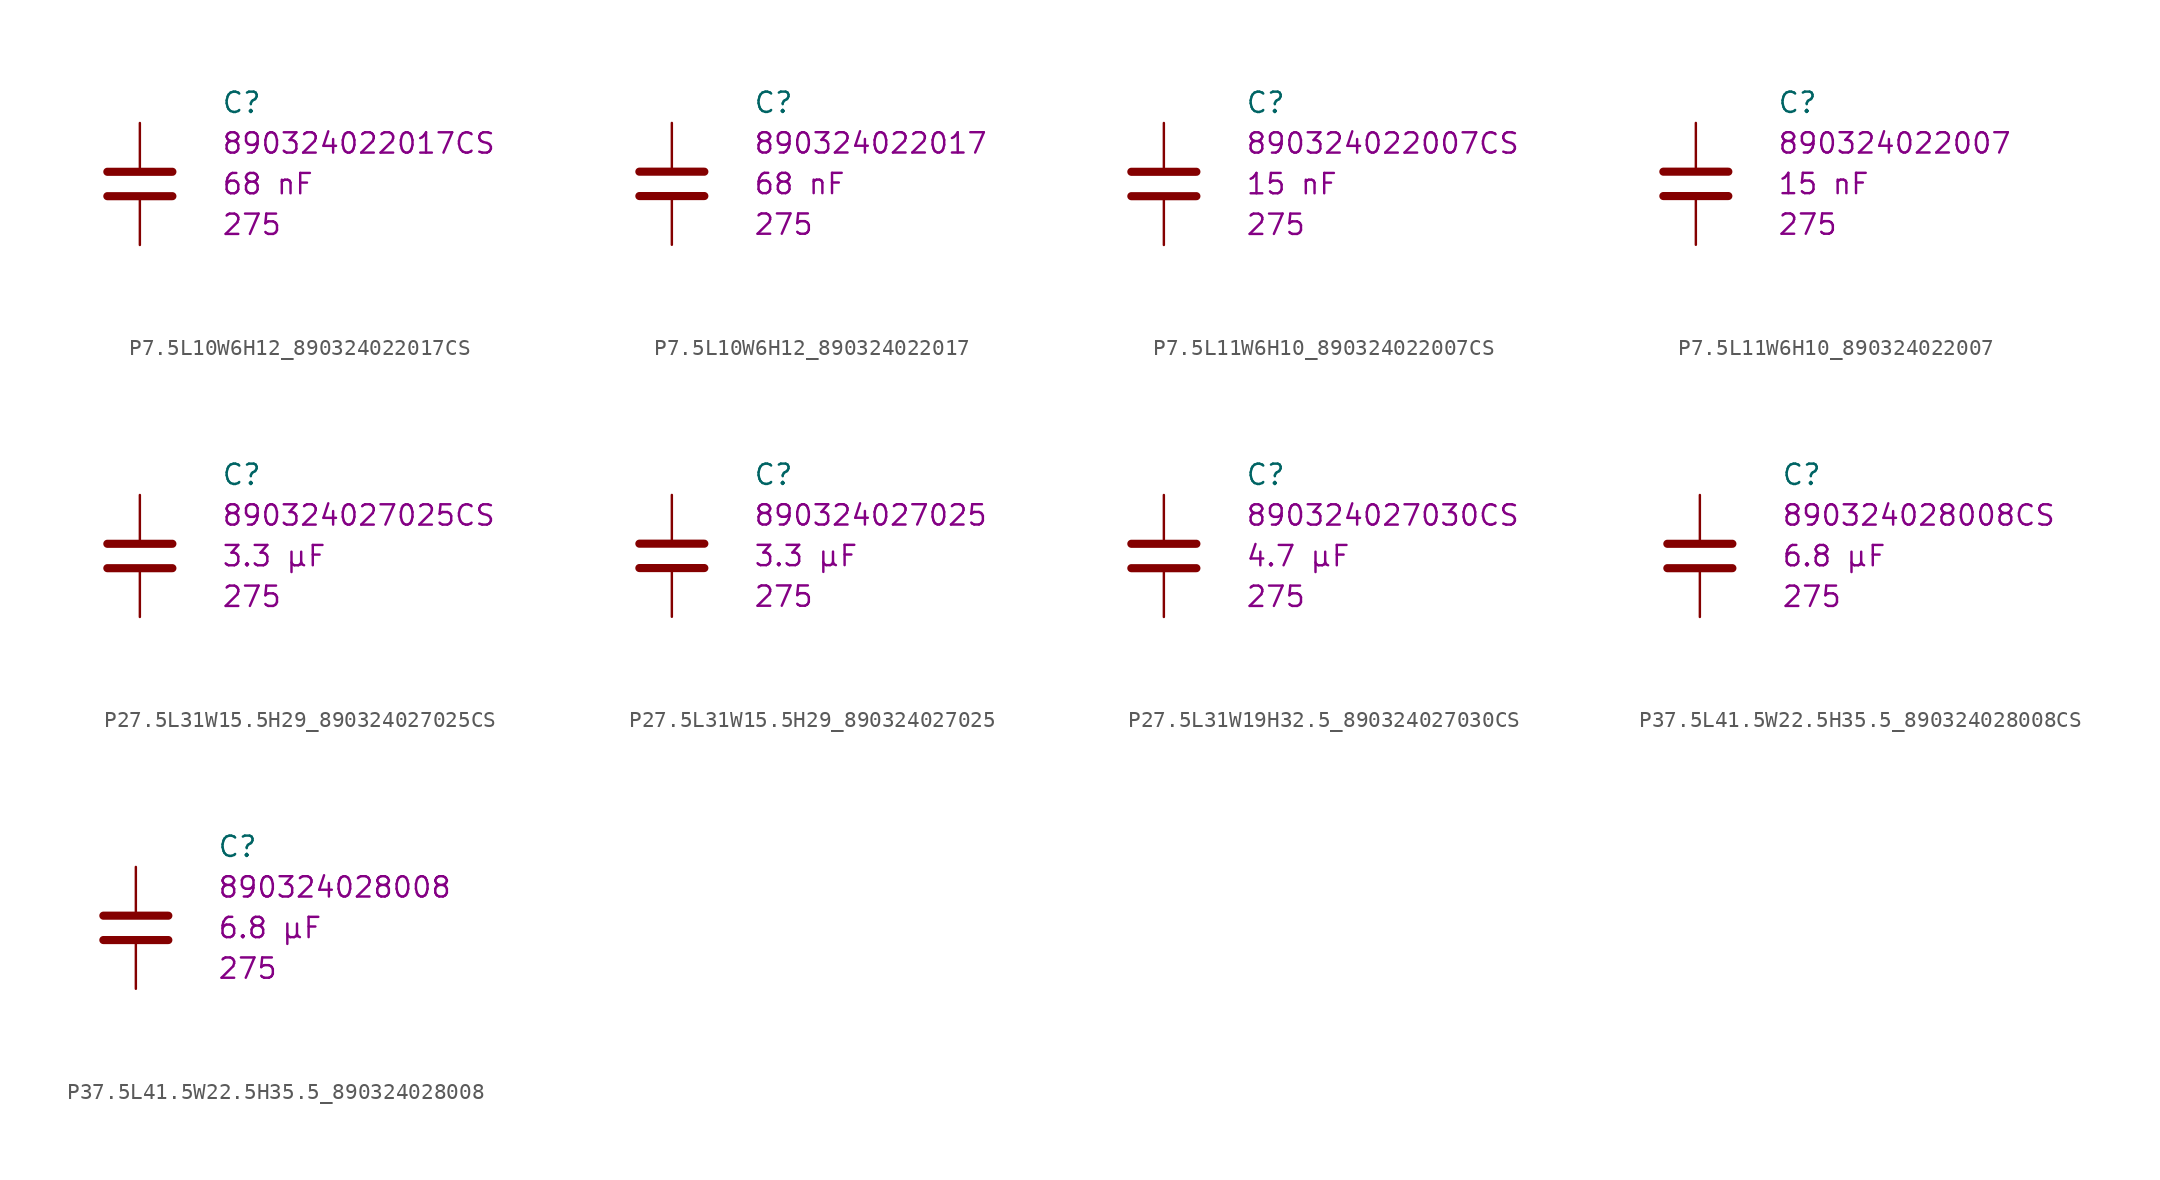
<source format=kicad_sym>
(kicad_symbol_lib
  (version 20220914)
  (generator kicad_symbol_editor)
  (symbol "P7.5L10W6H12_890324022017CS"
    (pin_numbers hide)
    (pin_names hide)
    (property "Reference" "C"
      (at 5.08 5.08 0)
      (effects (font (size 1.27 1.27)) (justify left)))
    (property "Part Number" "890324022017CS"
      (at 5.08 2.54 0)
      (effects (font (size 1.27 1.27)) (justify left)))
    (property "Capacitance" "68 nF"
      (at 5.08 0 0)
      (effects (font (size 1.27 1.27)) (justify left)))
    (property "Voltage" "275"
      (at 5.08 -2.54 0)
      (effects (font (size 1.27 1.27)) (justify left)))
    (property "Critical Parameter" ""
      (at 0 -7.62 0)
      (effects (font (size 1.27 1.27))))
    (symbol "P7.5L10W6H12_890324022017CS_0_1"
      (polyline (pts (xy -2.032 -0.762) (xy 2.032 -0.762)) (stroke (width 0.508) (type default)) (fill (type none)))
      (polyline (pts (xy -2.032 0.762) (xy 2.032 0.762)) (stroke (width 0.508) (type default)) (fill (type none))))
    (symbol "P7.5L10W6H12_890324022017CS_1_1"
      (pin passive line (at 0 3.81 270) (length 2.794) (name "1" (effects (font (size 1.27 1.27)))) (number "1" (effects (font (size 1.27 1.27)))))
      (pin passive line (at 0 -3.81 90) (length 2.794) (name "2" (effects (font (size 1.27 1.27)))) (number "2" (effects (font (size 1.27 1.27)))))))
  (symbol "P7.5L10W6H12_890324022017"
    (pin_numbers hide)
    (pin_names hide)
    (property "Reference" "C"
      (at 5.08 5.08 0)
      (effects (font (size 1.27 1.27)) (justify left)))
    (property "Part Number" "890324022017"
      (at 5.08 2.54 0)
      (effects (font (size 1.27 1.27)) (justify left)))
    (property "Capacitance" "68 nF"
      (at 5.08 0 0)
      (effects (font (size 1.27 1.27)) (justify left)))
    (property "Voltage" "275"
      (at 5.08 -2.54 0)
      (effects (font (size 1.27 1.27)) (justify left)))
    (property "Critical Parameter" ""
      (at 0 -7.62 0)
      (effects (font (size 1.27 1.27))))
    (symbol "P7.5L10W6H12_890324022017_0_1"
      (polyline (pts (xy -2.032 -0.762) (xy 2.032 -0.762)) (stroke (width 0.508) (type default)) (fill (type none)))
      (polyline (pts (xy -2.032 0.762) (xy 2.032 0.762)) (stroke (width 0.508) (type default)) (fill (type none))))
    (symbol "P7.5L10W6H12_890324022017_1_1"
      (pin passive line (at 0 3.81 270) (length 2.794) (name "1" (effects (font (size 1.27 1.27)))) (number "1" (effects (font (size 1.27 1.27)))))
      (pin passive line (at 0 -3.81 90) (length 2.794) (name "2" (effects (font (size 1.27 1.27)))) (number "2" (effects (font (size 1.27 1.27)))))))
  (symbol "P7.5L11W6H10_890324022007CS"
    (pin_numbers hide)
    (pin_names hide)
    (property "Reference" "C"
      (at 5.08 5.08 0)
      (effects (font (size 1.27 1.27)) (justify left)))
    (property "Part Number" "890324022007CS"
      (at 5.08 2.54 0)
      (effects (font (size 1.27 1.27)) (justify left)))
    (property "Capacitance" "15 nF"
      (at 5.08 0 0)
      (effects (font (size 1.27 1.27)) (justify left)))
    (property "Voltage" "275"
      (at 5.08 -2.54 0)
      (effects (font (size 1.27 1.27)) (justify left)))
    (property "Critical Parameter" ""
      (at 0 -7.62 0)
      (effects (font (size 1.27 1.27))))
    (symbol "P7.5L11W6H10_890324022007CS_0_1"
      (polyline (pts (xy -2.032 -0.762) (xy 2.032 -0.762)) (stroke (width 0.508) (type default)) (fill (type none)))
      (polyline (pts (xy -2.032 0.762) (xy 2.032 0.762)) (stroke (width 0.508) (type default)) (fill (type none))))
    (symbol "P7.5L11W6H10_890324022007CS_1_1"
      (pin passive line (at 0 3.81 270) (length 2.794) (name "1" (effects (font (size 1.27 1.27)))) (number "1" (effects (font (size 1.27 1.27)))))
      (pin passive line (at 0 -3.81 90) (length 2.794) (name "2" (effects (font (size 1.27 1.27)))) (number "2" (effects (font (size 1.27 1.27)))))))
  (symbol "P7.5L11W6H10_890324022007"
    (pin_numbers hide)
    (pin_names hide)
    (property "Reference" "C"
      (at 5.08 5.08 0)
      (effects (font (size 1.27 1.27)) (justify left)))
    (property "Part Number" "890324022007"
      (at 5.08 2.54 0)
      (effects (font (size 1.27 1.27)) (justify left)))
    (property "Capacitance" "15 nF"
      (at 5.08 0 0)
      (effects (font (size 1.27 1.27)) (justify left)))
    (property "Voltage" "275"
      (at 5.08 -2.54 0)
      (effects (font (size 1.27 1.27)) (justify left)))
    (property "Critical Parameter" ""
      (at 0 -7.62 0)
      (effects (font (size 1.27 1.27))))
    (symbol "P7.5L11W6H10_890324022007_0_1"
      (polyline (pts (xy -2.032 -0.762) (xy 2.032 -0.762)) (stroke (width 0.508) (type default)) (fill (type none)))
      (polyline (pts (xy -2.032 0.762) (xy 2.032 0.762)) (stroke (width 0.508) (type default)) (fill (type none))))
    (symbol "P7.5L11W6H10_890324022007_1_1"
      (pin passive line (at 0 3.81 270) (length 2.794) (name "1" (effects (font (size 1.27 1.27)))) (number "1" (effects (font (size 1.27 1.27)))))
      (pin passive line (at 0 -3.81 90) (length 2.794) (name "2" (effects (font (size 1.27 1.27)))) (number "2" (effects (font (size 1.27 1.27)))))))
  (symbol "P27.5L31W15.5H29_890324027025CS"
    (pin_numbers hide)
    (pin_names hide)
    (property "Reference" "C"
      (at 5.08 5.08 0)
      (effects (font (size 1.27 1.27)) (justify left)))
    (property "Part Number" "890324027025CS"
      (at 5.08 2.54 0)
      (effects (font (size 1.27 1.27)) (justify left)))
    (property "Capacitance" "3.3 µF"
      (at 5.08 0 0)
      (effects (font (size 1.27 1.27)) (justify left)))
    (property "Voltage" "275"
      (at 5.08 -2.54 0)
      (effects (font (size 1.27 1.27)) (justify left)))
    (property "Critical Parameter" ""
      (at 0 -7.62 0)
      (effects (font (size 1.27 1.27))))
    (symbol "P27.5L31W15.5H29_890324027025CS_0_1"
      (polyline (pts (xy -2.032 -0.762) (xy 2.032 -0.762)) (stroke (width 0.508) (type default)) (fill (type none)))
      (polyline (pts (xy -2.032 0.762) (xy 2.032 0.762)) (stroke (width 0.508) (type default)) (fill (type none))))
    (symbol "P27.5L31W15.5H29_890324027025CS_1_1"
      (pin passive line (at 0 3.81 270) (length 2.794) (name "1" (effects (font (size 1.27 1.27)))) (number "1" (effects (font (size 1.27 1.27)))))
      (pin passive line (at 0 -3.81 90) (length 2.794) (name "2" (effects (font (size 1.27 1.27)))) (number "2" (effects (font (size 1.27 1.27)))))))
  (symbol "P27.5L31W15.5H29_890324027025"
    (pin_numbers hide)
    (pin_names hide)
    (property "Reference" "C"
      (at 5.08 5.08 0)
      (effects (font (size 1.27 1.27)) (justify left)))
    (property "Part Number" "890324027025"
      (at 5.08 2.54 0)
      (effects (font (size 1.27 1.27)) (justify left)))
    (property "Capacitance" "3.3 µF"
      (at 5.08 0 0)
      (effects (font (size 1.27 1.27)) (justify left)))
    (property "Voltage" "275"
      (at 5.08 -2.54 0)
      (effects (font (size 1.27 1.27)) (justify left)))
    (property "Critical Parameter" ""
      (at 0 -7.62 0)
      (effects (font (size 1.27 1.27))))
    (symbol "P27.5L31W15.5H29_890324027025_0_1"
      (polyline (pts (xy -2.032 -0.762) (xy 2.032 -0.762)) (stroke (width 0.508) (type default)) (fill (type none)))
      (polyline (pts (xy -2.032 0.762) (xy 2.032 0.762)) (stroke (width 0.508) (type default)) (fill (type none))))
    (symbol "P27.5L31W15.5H29_890324027025_1_1"
      (pin passive line (at 0 3.81 270) (length 2.794) (name "1" (effects (font (size 1.27 1.27)))) (number "1" (effects (font (size 1.27 1.27)))))
      (pin passive line (at 0 -3.81 90) (length 2.794) (name "2" (effects (font (size 1.27 1.27)))) (number "2" (effects (font (size 1.27 1.27)))))))
  (symbol "P27.5L31W19H32.5_890324027030CS"
    (pin_numbers hide)
    (pin_names hide)
    (property "Reference" "C"
      (at 5.08 5.08 0)
      (effects (font (size 1.27 1.27)) (justify left)))
    (property "Part Number" "890324027030CS"
      (at 5.08 2.54 0)
      (effects (font (size 1.27 1.27)) (justify left)))
    (property "Capacitance" "4.7 µF"
      (at 5.08 0 0)
      (effects (font (size 1.27 1.27)) (justify left)))
    (property "Voltage" "275"
      (at 5.08 -2.54 0)
      (effects (font (size 1.27 1.27)) (justify left)))
    (property "Critical Parameter" ""
      (at 0 -7.62 0)
      (effects (font (size 1.27 1.27))))
    (symbol "P27.5L31W19H32.5_890324027030CS_0_1"
      (polyline (pts (xy -2.032 -0.762) (xy 2.032 -0.762)) (stroke (width 0.508) (type default)) (fill (type none)))
      (polyline (pts (xy -2.032 0.762) (xy 2.032 0.762)) (stroke (width 0.508) (type default)) (fill (type none))))
    (symbol "P27.5L31W19H32.5_890324027030CS_1_1"
      (pin passive line (at 0 3.81 270) (length 2.794) (name "1" (effects (font (size 1.27 1.27)))) (number "1" (effects (font (size 1.27 1.27)))))
      (pin passive line (at 0 -3.81 90) (length 2.794) (name "2" (effects (font (size 1.27 1.27)))) (number "2" (effects (font (size 1.27 1.27)))))))
  (symbol "P37.5L41.5W22.5H35.5_890324028008CS"
    (pin_numbers hide)
    (pin_names hide)
    (property "Reference" "C"
      (at 5.08 5.08 0)
      (effects (font (size 1.27 1.27)) (justify left)))
    (property "Part Number" "890324028008CS"
      (at 5.08 2.54 0)
      (effects (font (size 1.27 1.27)) (justify left)))
    (property "Capacitance" "6.8 µF"
      (at 5.08 0 0)
      (effects (font (size 1.27 1.27)) (justify left)))
    (property "Voltage" "275"
      (at 5.08 -2.54 0)
      (effects (font (size 1.27 1.27)) (justify left)))
    (property "Critical Parameter" ""
      (at 0 -7.62 0)
      (effects (font (size 1.27 1.27))))
    (symbol "P37.5L41.5W22.5H35.5_890324028008CS_0_1"
      (polyline (pts (xy -2.032 -0.762) (xy 2.032 -0.762)) (stroke (width 0.508) (type default)) (fill (type none)))
      (polyline (pts (xy -2.032 0.762) (xy 2.032 0.762)) (stroke (width 0.508) (type default)) (fill (type none))))
    (symbol "P37.5L41.5W22.5H35.5_890324028008CS_1_1"
      (pin passive line (at 0 3.81 270) (length 2.794) (name "1" (effects (font (size 1.27 1.27)))) (number "1" (effects (font (size 1.27 1.27)))))
      (pin passive line (at 0 -3.81 90) (length 2.794) (name "2" (effects (font (size 1.27 1.27)))) (number "2" (effects (font (size 1.27 1.27)))))))
  (symbol "P37.5L41.5W22.5H35.5_890324028008"
    (pin_numbers hide)
    (pin_names hide)
    (property "Reference" "C"
      (at 5.08 5.08 0)
      (effects (font (size 1.27 1.27)) (justify left)))
    (property "Part Number" "890324028008"
      (at 5.08 2.54 0)
      (effects (font (size 1.27 1.27)) (justify left)))
    (property "Capacitance" "6.8 µF"
      (at 5.08 0 0)
      (effects (font (size 1.27 1.27)) (justify left)))
    (property "Voltage" "275"
      (at 5.08 -2.54 0)
      (effects (font (size 1.27 1.27)) (justify left)))
    (property "Critical Parameter" ""
      (at 0 -7.62 0)
      (effects (font (size 1.27 1.27))))
    (symbol "P37.5L41.5W22.5H35.5_890324028008_0_1"
      (polyline (pts (xy -2.032 -0.762) (xy 2.032 -0.762)) (stroke (width 0.508) (type default)) (fill (type none)))
      (polyline (pts (xy -2.032 0.762) (xy 2.032 0.762)) (stroke (width 0.508) (type default)) (fill (type none))))
    (symbol "P37.5L41.5W22.5H35.5_890324028008_1_1"
      (pin passive line (at 0 3.81 270) (length 2.794) (name "1" (effects (font (size 1.27 1.27)))) (number "1" (effects (font (size 1.27 1.27)))))
      (pin passive line (at 0 -3.81 90) (length 2.794) (name "2" (effects (font (size 1.27 1.27)))) (number "2" (effects (font (size 1.27 1.27))))))))
</source>
